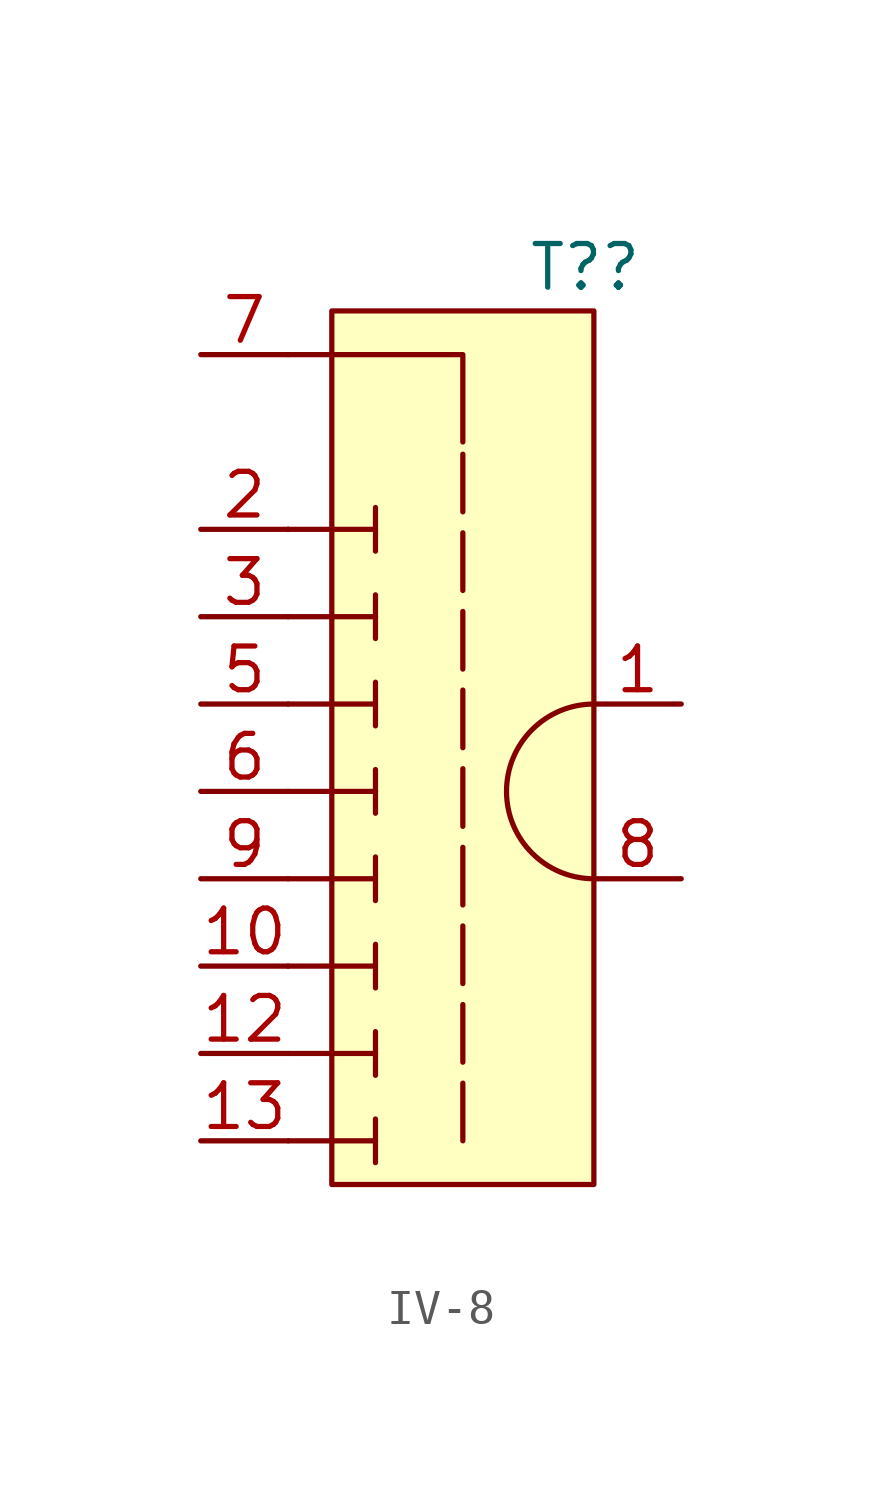
<source format=kicad_sym>
(kicad_symbol_lib
  (version 20231120)
  (generator "kicad_symbol_editor")
  (generator_version "8.0")
  (symbol "IV-8"
    (property "Reference" "T?"
      (at 3.556 15.24 0)
      (effects (font (size 1.27 1.27))))
    (property "Value" ""
      (at -1.27 -8.89 0)
      (effects (font (size 1.27 1.27))))
    (symbol "IV-8_1_1"
      (rectangle (start -3.81 13.97) (end 3.81 -11.43) (stroke (width 0) (type default)) (fill (type background)))
      (polyline (pts (xy -5.08 -10.16) (xy -2.54 -10.16)) (stroke (width 0) (type default)) (fill (type none)))
      (polyline (pts (xy -5.08 -7.62) (xy -2.54 -7.62)) (stroke (width 0) (type default)) (fill (type none)))
      (polyline (pts (xy -5.08 -5.08) (xy -2.54 -5.08)) (stroke (width 0) (type default)) (fill (type none)))
      (polyline (pts (xy -5.08 -2.54) (xy -2.54 -2.54)) (stroke (width 0) (type default)) (fill (type none)))
      (polyline (pts (xy -5.08 0) (xy -2.54 0)) (stroke (width 0) (type default)) (fill (type none)))
      (polyline (pts (xy -5.08 2.54) (xy -2.54 2.54)) (stroke (width 0) (type default)) (fill (type none)))
      (polyline (pts (xy -5.08 5.08) (xy -2.54 5.08)) (stroke (width 0) (type default)) (fill (type none)))
      (polyline (pts (xy -5.08 7.62) (xy -5.08 7.62)) (stroke (width 0) (type default)) (fill (type none)))
      (polyline (pts (xy -5.08 7.62) (xy -2.54 7.62)) (stroke (width 0) (type default)) (fill (type none)))
      (polyline (pts (xy -2.54 -10.16) (xy -2.54 -10.16)) (stroke (width 0) (type default)) (fill (type none)))
      (polyline (pts (xy -2.54 -9.525) (xy -2.54 -10.795)) (stroke (width 0) (type default)) (fill (type none)))
      (polyline (pts (xy -2.54 -7.62) (xy -2.54 -7.62)) (stroke (width 0) (type default)) (fill (type none)))
      (polyline (pts (xy -2.54 -6.985) (xy -2.54 -8.255)) (stroke (width 0) (type default)) (fill (type none)))
      (polyline (pts (xy -2.54 -5.08) (xy -2.54 -5.08)) (stroke (width 0) (type default)) (fill (type none)))
      (polyline (pts (xy -2.54 -4.445) (xy -2.54 -5.715)) (stroke (width 0) (type default)) (fill (type none)))
      (polyline (pts (xy -2.54 -2.54) (xy -2.54 -2.54)) (stroke (width 0) (type default)) (fill (type none)))
      (polyline (pts (xy -2.54 -1.905) (xy -2.54 -3.175)) (stroke (width 0) (type default)) (fill (type none)))
      (polyline (pts (xy -2.54 0) (xy -2.54 0)) (stroke (width 0) (type default)) (fill (type none)))
      (polyline (pts (xy -2.54 0.635) (xy -2.54 -0.635)) (stroke (width 0) (type default)) (fill (type none)))
      (polyline (pts (xy -2.54 2.54) (xy -2.54 2.54)) (stroke (width 0) (type default)) (fill (type none)))
      (polyline (pts (xy -2.54 3.175) (xy -2.54 1.905)) (stroke (width 0) (type default)) (fill (type none)))
      (polyline (pts (xy -2.54 5.08) (xy -2.54 5.08)) (stroke (width 0) (type default)) (fill (type none)))
      (polyline (pts (xy -2.54 5.715) (xy -2.54 4.445)) (stroke (width 0) (type default)) (fill (type none)))
      (polyline (pts (xy -2.54 7.62) (xy -2.54 7.62)) (stroke (width 0) (type default)) (fill (type none)))
      (polyline (pts (xy -2.54 8.255) (xy -2.54 6.985)) (stroke (width 0) (type default)) (fill (type none)))
      (polyline (pts (xy 0 -10.16) (xy 0 10.16)) (stroke (width 0) (type dash)) (fill (type none)))
      (polyline (pts (xy -5.08 12.7) (xy 0 12.7) (xy 0 10.16)) (stroke (width 0) (type default)) (fill (type none)))
      (arc (start 3.81 2.54) (mid 1.27 0) (end 3.81 -2.54) (stroke (width 0) (type default)) (fill (type none)))
      (pin input line (at 6.35 2.54 180) (length 2.54) (name "" (effects (font (size 1.27 1.27)))) (number "1" (effects (font (size 1.27 1.27)))))
      (pin input line (at -7.62 -5.08 0) (length 2.54) (name "" (effects (font (size 1.27 1.27)))) (number "10" (effects (font (size 1.27 1.27)))))
      (pin input line (at -7.62 -7.62 0) (length 2.54) (name "" (effects (font (size 1.27 1.27)))) (number "12" (effects (font (size 1.27 1.27)))))
      (pin input line (at -7.62 -10.16 0) (length 2.54) (name "" (effects (font (size 1.27 1.27)))) (number "13" (effects (font (size 1.27 1.27)))))
      (pin input line (at -7.62 7.62 0) (length 2.54) (name "" (effects (font (size 1.27 1.27)))) (number "2" (effects (font (size 1.27 1.27)))))
      (pin input line (at -7.62 5.08 0) (length 2.54) (name "" (effects (font (size 1.27 1.27)))) (number "3" (effects (font (size 1.27 1.27)))))
      (pin input line (at -7.62 2.54 0) (length 2.54) (name "" (effects (font (size 1.27 1.27)))) (number "5" (effects (font (size 1.27 1.27)))))
      (pin input line (at -7.62 0 0) (length 2.54) (name "" (effects (font (size 1.27 1.27)))) (number "6" (effects (font (size 1.27 1.27)))))
      (pin input line (at -7.62 12.7 0) (length 2.54) (name "" (effects (font (size 1.27 1.27)))) (number "7" (effects (font (size 1.27 1.27)))))
      (pin input line (at 6.35 -2.54 180) (length 2.54) (name "" (effects (font (size 1.27 1.27)))) (number "8" (effects (font (size 1.27 1.27)))))
      (pin input line (at -7.62 -2.54 0) (length 2.54) (name "" (effects (font (size 1.27 1.27)))) (number "9" (effects (font (size 1.27 1.27))))))))
</source>
